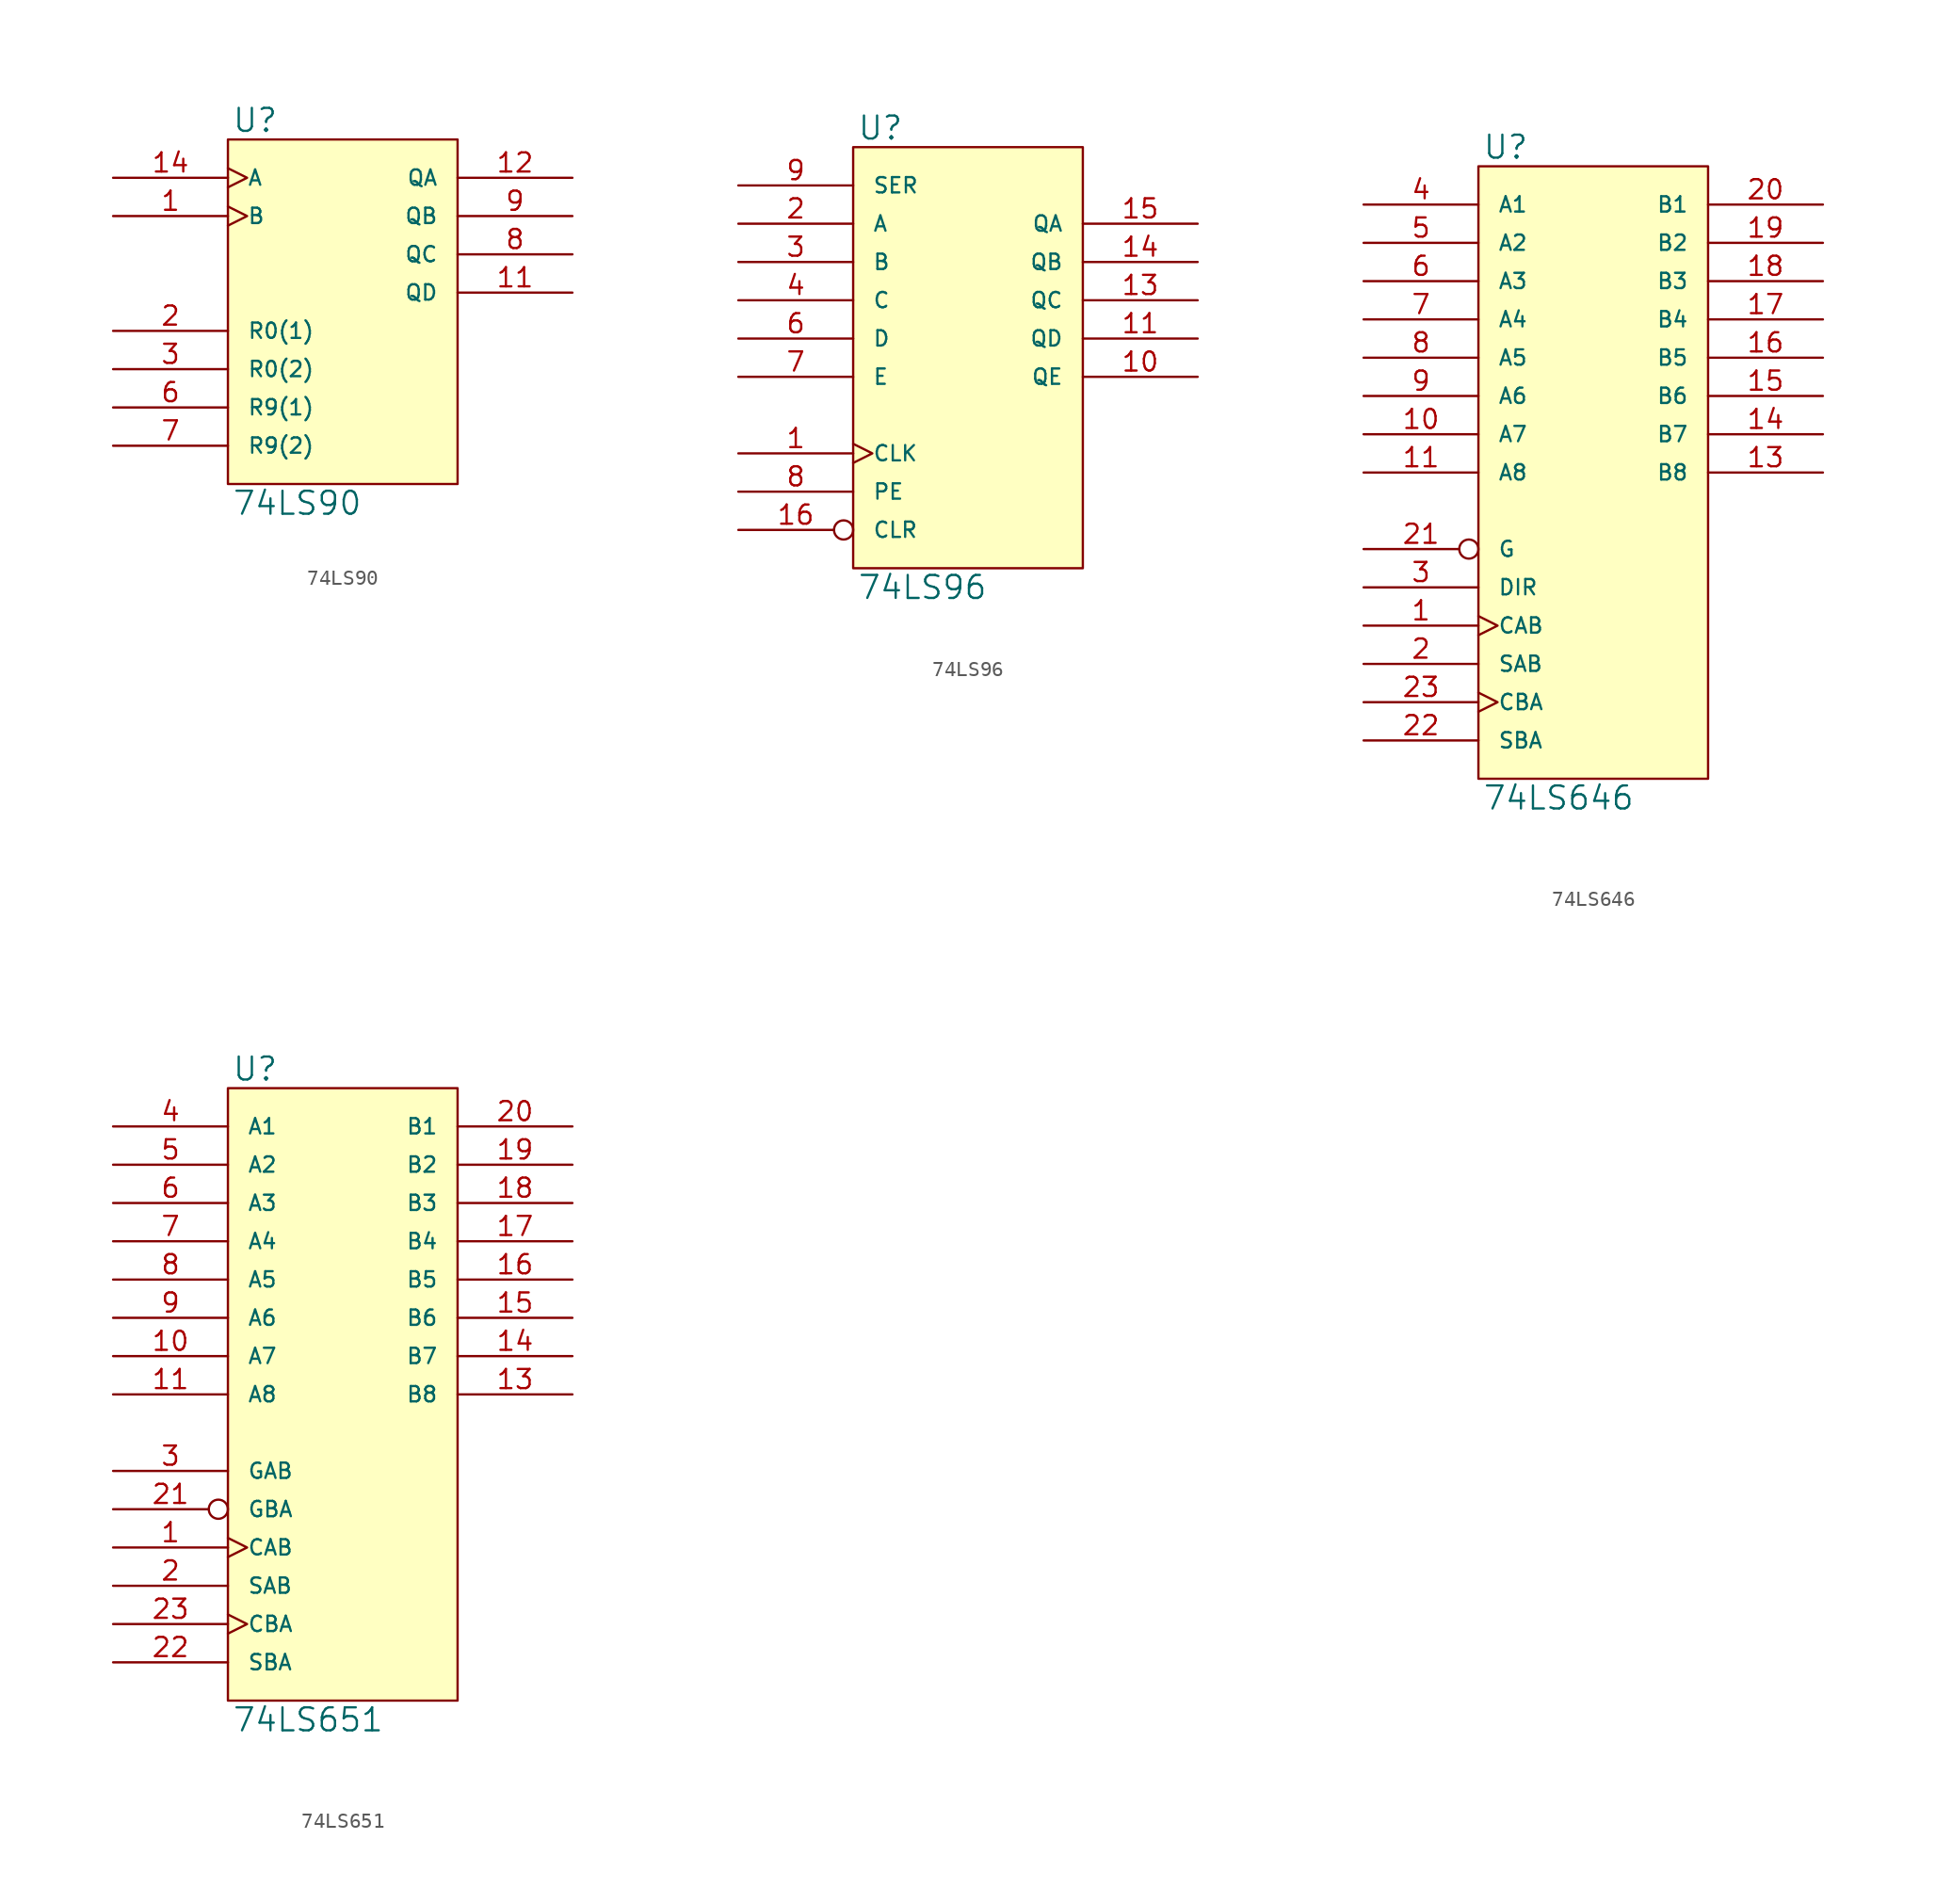
<source format=kicad_sym>
(kicad_symbol_lib
  (version 20231120)
  (generator "kicad_symbol_editor")
  (generator_version "8.0")
  (symbol "74LS90"
    (pin_names
      (offset 1.27))
    (property "Reference" "U"
      (at 0.254 0.381 0)
      (effects (font (size 1.524 1.524)) (justify left bottom)))
    (property "Value" "74LS90"
      (at 0.254 -23.241 0)
      (effects (font (size 1.524 1.524)) (justify left top)))
    (symbol "74LS90_0_1"
      (rectangle (start 0 0) (end 15.24 -22.86) (stroke (width 0) (type solid)) (fill (type background))))
    (symbol "74LS90_1_1"
      (pin input clock (at -7.62 -5.08 0) (length 7.62) (name "B" (effects (font (size 1.016 1.016)))) (number "1" (effects (font (size 1.27 1.27)))))
      (pin power_in line (at 0 -22.86 90) (length 0) hide (name "GND" (effects (font (size 1.016 1.016)))) (number "10" (effects (font (size 1.27 1.27)))))
      (pin output line (at 22.86 -10.16 180) (length 7.62) (name "QD" (effects (font (size 1.016 1.016)))) (number "11" (effects (font (size 1.27 1.27)))))
      (pin output line (at 22.86 -2.54 180) (length 7.62) (name "QA" (effects (font (size 1.016 1.016)))) (number "12" (effects (font (size 1.27 1.27)))))
      (pin input clock (at -7.62 -2.54 0) (length 7.62) (name "A" (effects (font (size 1.016 1.016)))) (number "14" (effects (font (size 1.27 1.27)))))
      (pin input line (at -7.62 -12.7 0) (length 7.62) (name "R0(1)" (effects (font (size 1.016 1.016)))) (number "2" (effects (font (size 1.27 1.27)))))
      (pin input line (at -7.62 -15.24 0) (length 7.62) (name "R0(2)" (effects (font (size 1.016 1.016)))) (number "3" (effects (font (size 1.27 1.27)))))
      (pin power_in line (at 0 0 270) (length 0) hide (name "VCC" (effects (font (size 1.016 1.016)))) (number "5" (effects (font (size 1.27 1.27)))))
      (pin input line (at -7.62 -17.78 0) (length 7.62) (name "R9(1)" (effects (font (size 1.016 1.016)))) (number "6" (effects (font (size 1.27 1.27)))))
      (pin input line (at -7.62 -20.32 0) (length 7.62) (name "R9(2)" (effects (font (size 1.016 1.016)))) (number "7" (effects (font (size 1.27 1.27)))))
      (pin output line (at 22.86 -7.62 180) (length 7.62) (name "QC" (effects (font (size 1.016 1.016)))) (number "8" (effects (font (size 1.27 1.27)))))
      (pin output line (at 22.86 -5.08 180) (length 7.62) (name "QB" (effects (font (size 1.016 1.016)))) (number "9" (effects (font (size 1.27 1.27)))))))
  (symbol "74LS96"
    (pin_names
      (offset 1.27))
    (property "Reference" "U"
      (at 0.254 0.381 0)
      (effects (font (size 1.524 1.524)) (justify left bottom)))
    (property "Value" "74LS96"
      (at 0.254 -28.321 0)
      (effects (font (size 1.524 1.524)) (justify left top)))
    (symbol "74LS96_0_1"
      (rectangle (start 0 0) (end 15.24 -27.94) (stroke (width 0) (type solid)) (fill (type background))))
    (symbol "74LS96_1_1"
      (pin input clock (at -7.62 -20.32 0) (length 7.62) (name "CLK" (effects (font (size 1.016 1.016)))) (number "1" (effects (font (size 1.27 1.27)))))
      (pin output line (at 22.86 -15.24 180) (length 7.62) (name "QE" (effects (font (size 1.016 1.016)))) (number "10" (effects (font (size 1.27 1.27)))))
      (pin output line (at 22.86 -12.7 180) (length 7.62) (name "QD" (effects (font (size 1.016 1.016)))) (number "11" (effects (font (size 1.27 1.27)))))
      (pin power_in line (at 0 -27.94 90) (length 0) hide (name "GND" (effects (font (size 1.016 1.016)))) (number "12" (effects (font (size 1.27 1.27)))))
      (pin output line (at 22.86 -10.16 180) (length 7.62) (name "QC" (effects (font (size 1.016 1.016)))) (number "13" (effects (font (size 1.27 1.27)))))
      (pin output line (at 22.86 -7.62 180) (length 7.62) (name "QB" (effects (font (size 1.016 1.016)))) (number "14" (effects (font (size 1.27 1.27)))))
      (pin output line (at 22.86 -5.08 180) (length 7.62) (name "QA" (effects (font (size 1.016 1.016)))) (number "15" (effects (font (size 1.27 1.27)))))
      (pin input inverted (at -7.62 -25.4 0) (length 7.62) (name "CLR" (effects (font (size 1.016 1.016)))) (number "16" (effects (font (size 1.27 1.27)))))
      (pin input line (at -7.62 -5.08 0) (length 7.62) (name "A" (effects (font (size 1.016 1.016)))) (number "2" (effects (font (size 1.27 1.27)))))
      (pin input line (at -7.62 -7.62 0) (length 7.62) (name "B" (effects (font (size 1.016 1.016)))) (number "3" (effects (font (size 1.27 1.27)))))
      (pin input line (at -7.62 -10.16 0) (length 7.62) (name "C" (effects (font (size 1.016 1.016)))) (number "4" (effects (font (size 1.27 1.27)))))
      (pin power_in line (at 0 0 270) (length 0) hide (name "VCC" (effects (font (size 1.016 1.016)))) (number "5" (effects (font (size 1.27 1.27)))))
      (pin input line (at -7.62 -12.7 0) (length 7.62) (name "D" (effects (font (size 1.016 1.016)))) (number "6" (effects (font (size 1.27 1.27)))))
      (pin input line (at -7.62 -15.24 0) (length 7.62) (name "E" (effects (font (size 1.016 1.016)))) (number "7" (effects (font (size 1.27 1.27)))))
      (pin input line (at -7.62 -22.86 0) (length 7.62) (name "PE" (effects (font (size 1.016 1.016)))) (number "8" (effects (font (size 1.27 1.27)))))
      (pin input line (at -7.62 -2.54 0) (length 7.62) (name "SER" (effects (font (size 1.016 1.016)))) (number "9" (effects (font (size 1.27 1.27)))))))
  (symbol "74LS646"
    (pin_names
      (offset 1.27))
    (property "Reference" "U"
      (at 0.254 0.381 0)
      (effects (font (size 1.524 1.524)) (justify left bottom)))
    (property "Value" "74LS646"
      (at 0.254 -41.021 0)
      (effects (font (size 1.524 1.524)) (justify left top)))
    (symbol "74LS646_0_1"
      (rectangle (start 0 0) (end 15.24 -40.64) (stroke (width 0) (type solid)) (fill (type background))))
    (symbol "74LS646_1_1"
      (pin input clock (at -7.62 -30.48 0) (length 7.62) (name "CAB" (effects (font (size 1.016 1.016)))) (number "1" (effects (font (size 1.27 1.27)))))
      (pin bidirectional line (at -7.62 -17.78 0) (length 7.62) (name "A7" (effects (font (size 1.016 1.016)))) (number "10" (effects (font (size 1.27 1.27)))))
      (pin bidirectional line (at -7.62 -20.32 0) (length 7.62) (name "A8" (effects (font (size 1.016 1.016)))) (number "11" (effects (font (size 1.27 1.27)))))
      (pin power_in line (at 0 -40.64 90) (length 0) hide (name "GND" (effects (font (size 1.016 1.016)))) (number "12" (effects (font (size 1.27 1.27)))))
      (pin bidirectional line (at 22.86 -20.32 180) (length 7.62) (name "B8" (effects (font (size 1.016 1.016)))) (number "13" (effects (font (size 1.27 1.27)))))
      (pin bidirectional line (at 22.86 -17.78 180) (length 7.62) (name "B7" (effects (font (size 1.016 1.016)))) (number "14" (effects (font (size 1.27 1.27)))))
      (pin bidirectional line (at 22.86 -15.24 180) (length 7.62) (name "B6" (effects (font (size 1.016 1.016)))) (number "15" (effects (font (size 1.27 1.27)))))
      (pin bidirectional line (at 22.86 -12.7 180) (length 7.62) (name "B5" (effects (font (size 1.016 1.016)))) (number "16" (effects (font (size 1.27 1.27)))))
      (pin bidirectional line (at 22.86 -10.16 180) (length 7.62) (name "B4" (effects (font (size 1.016 1.016)))) (number "17" (effects (font (size 1.27 1.27)))))
      (pin bidirectional line (at 22.86 -7.62 180) (length 7.62) (name "B3" (effects (font (size 1.016 1.016)))) (number "18" (effects (font (size 1.27 1.27)))))
      (pin bidirectional line (at 22.86 -5.08 180) (length 7.62) (name "B2" (effects (font (size 1.016 1.016)))) (number "19" (effects (font (size 1.27 1.27)))))
      (pin input line (at -7.62 -33.02 0) (length 7.62) (name "SAB" (effects (font (size 1.016 1.016)))) (number "2" (effects (font (size 1.27 1.27)))))
      (pin bidirectional line (at 22.86 -2.54 180) (length 7.62) (name "B1" (effects (font (size 1.016 1.016)))) (number "20" (effects (font (size 1.27 1.27)))))
      (pin input inverted (at -7.62 -25.4 0) (length 7.62) (name "G" (effects (font (size 1.016 1.016)))) (number "21" (effects (font (size 1.27 1.27)))))
      (pin input line (at -7.62 -38.1 0) (length 7.62) (name "SBA" (effects (font (size 1.016 1.016)))) (number "22" (effects (font (size 1.27 1.27)))))
      (pin input clock (at -7.62 -35.56 0) (length 7.62) (name "CBA" (effects (font (size 1.016 1.016)))) (number "23" (effects (font (size 1.27 1.27)))))
      (pin power_in line (at 0 0 270) (length 0) hide (name "VCC" (effects (font (size 1.016 1.016)))) (number "24" (effects (font (size 1.27 1.27)))))
      (pin input line (at -7.62 -27.94 0) (length 7.62) (name "DIR" (effects (font (size 1.016 1.016)))) (number "3" (effects (font (size 1.27 1.27)))))
      (pin bidirectional line (at -7.62 -2.54 0) (length 7.62) (name "A1" (effects (font (size 1.016 1.016)))) (number "4" (effects (font (size 1.27 1.27)))))
      (pin bidirectional line (at -7.62 -5.08 0) (length 7.62) (name "A2" (effects (font (size 1.016 1.016)))) (number "5" (effects (font (size 1.27 1.27)))))
      (pin bidirectional line (at -7.62 -7.62 0) (length 7.62) (name "A3" (effects (font (size 1.016 1.016)))) (number "6" (effects (font (size 1.27 1.27)))))
      (pin bidirectional line (at -7.62 -10.16 0) (length 7.62) (name "A4" (effects (font (size 1.016 1.016)))) (number "7" (effects (font (size 1.27 1.27)))))
      (pin bidirectional line (at -7.62 -12.7 0) (length 7.62) (name "A5" (effects (font (size 1.016 1.016)))) (number "8" (effects (font (size 1.27 1.27)))))
      (pin bidirectional line (at -7.62 -15.24 0) (length 7.62) (name "A6" (effects (font (size 1.016 1.016)))) (number "9" (effects (font (size 1.27 1.27)))))))
  (symbol "74LS651"
    (pin_names
      (offset 1.27))
    (property "Reference" "U"
      (at 0.254 0.381 0)
      (effects (font (size 1.524 1.524)) (justify left bottom)))
    (property "Value" "74LS651"
      (at 0.254 -41.021 0)
      (effects (font (size 1.524 1.524)) (justify left top)))
    (symbol "74LS651_0_1"
      (rectangle (start 0 0) (end 15.24 -40.64) (stroke (width 0) (type solid)) (fill (type background))))
    (symbol "74LS651_1_1"
      (pin input clock (at -7.62 -30.48 0) (length 7.62) (name "CAB" (effects (font (size 1.016 1.016)))) (number "1" (effects (font (size 1.27 1.27)))))
      (pin bidirectional line (at -7.62 -17.78 0) (length 7.62) (name "A7" (effects (font (size 1.016 1.016)))) (number "10" (effects (font (size 1.27 1.27)))))
      (pin bidirectional line (at -7.62 -20.32 0) (length 7.62) (name "A8" (effects (font (size 1.016 1.016)))) (number "11" (effects (font (size 1.27 1.27)))))
      (pin power_in line (at 0 -40.64 90) (length 0) hide (name "GND" (effects (font (size 1.016 1.016)))) (number "12" (effects (font (size 1.27 1.27)))))
      (pin bidirectional line (at 22.86 -20.32 180) (length 7.62) (name "B8" (effects (font (size 1.016 1.016)))) (number "13" (effects (font (size 1.27 1.27)))))
      (pin bidirectional line (at 22.86 -17.78 180) (length 7.62) (name "B7" (effects (font (size 1.016 1.016)))) (number "14" (effects (font (size 1.27 1.27)))))
      (pin bidirectional line (at 22.86 -15.24 180) (length 7.62) (name "B6" (effects (font (size 1.016 1.016)))) (number "15" (effects (font (size 1.27 1.27)))))
      (pin bidirectional line (at 22.86 -12.7 180) (length 7.62) (name "B5" (effects (font (size 1.016 1.016)))) (number "16" (effects (font (size 1.27 1.27)))))
      (pin bidirectional line (at 22.86 -10.16 180) (length 7.62) (name "B4" (effects (font (size 1.016 1.016)))) (number "17" (effects (font (size 1.27 1.27)))))
      (pin bidirectional line (at 22.86 -7.62 180) (length 7.62) (name "B3" (effects (font (size 1.016 1.016)))) (number "18" (effects (font (size 1.27 1.27)))))
      (pin bidirectional line (at 22.86 -5.08 180) (length 7.62) (name "B2" (effects (font (size 1.016 1.016)))) (number "19" (effects (font (size 1.27 1.27)))))
      (pin input line (at -7.62 -33.02 0) (length 7.62) (name "SAB" (effects (font (size 1.016 1.016)))) (number "2" (effects (font (size 1.27 1.27)))))
      (pin bidirectional line (at 22.86 -2.54 180) (length 7.62) (name "B1" (effects (font (size 1.016 1.016)))) (number "20" (effects (font (size 1.27 1.27)))))
      (pin input inverted (at -7.62 -27.94 0) (length 7.62) (name "GBA" (effects (font (size 1.016 1.016)))) (number "21" (effects (font (size 1.27 1.27)))))
      (pin input line (at -7.62 -38.1 0) (length 7.62) (name "SBA" (effects (font (size 1.016 1.016)))) (number "22" (effects (font (size 1.27 1.27)))))
      (pin input clock (at -7.62 -35.56 0) (length 7.62) (name "CBA" (effects (font (size 1.016 1.016)))) (number "23" (effects (font (size 1.27 1.27)))))
      (pin power_in line (at 0 0 270) (length 0) hide (name "VCC" (effects (font (size 1.016 1.016)))) (number "24" (effects (font (size 1.27 1.27)))))
      (pin input line (at -7.62 -25.4 0) (length 7.62) (name "GAB" (effects (font (size 1.016 1.016)))) (number "3" (effects (font (size 1.27 1.27)))))
      (pin bidirectional line (at -7.62 -2.54 0) (length 7.62) (name "A1" (effects (font (size 1.016 1.016)))) (number "4" (effects (font (size 1.27 1.27)))))
      (pin bidirectional line (at -7.62 -5.08 0) (length 7.62) (name "A2" (effects (font (size 1.016 1.016)))) (number "5" (effects (font (size 1.27 1.27)))))
      (pin bidirectional line (at -7.62 -7.62 0) (length 7.62) (name "A3" (effects (font (size 1.016 1.016)))) (number "6" (effects (font (size 1.27 1.27)))))
      (pin bidirectional line (at -7.62 -10.16 0) (length 7.62) (name "A4" (effects (font (size 1.016 1.016)))) (number "7" (effects (font (size 1.27 1.27)))))
      (pin bidirectional line (at -7.62 -12.7 0) (length 7.62) (name "A5" (effects (font (size 1.016 1.016)))) (number "8" (effects (font (size 1.27 1.27)))))
      (pin bidirectional line (at -7.62 -15.24 0) (length 7.62) (name "A6" (effects (font (size 1.016 1.016)))) (number "9" (effects (font (size 1.27 1.27))))))))
</source>
